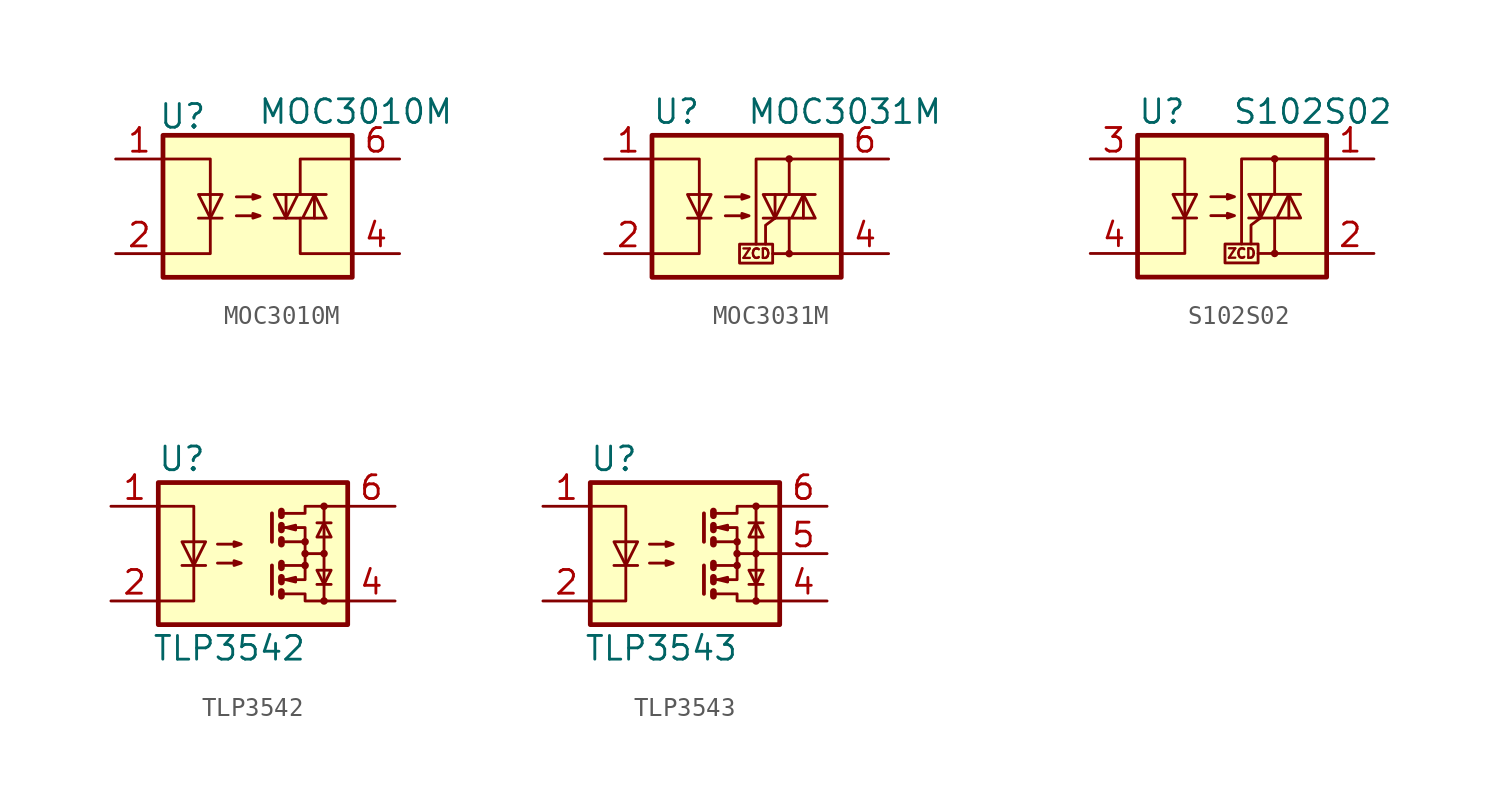
<source format=kicad_sym>
(kicad_symbol_lib
  (version 20200908)
  (generator kicad_symbol_editor)
  (symbol "Relay_SolidState:MOC3010M"
    (property "Reference" "U"
      (at -5.334 4.826 0)
      (effects (font (size 1.27 1.27)) (justify left)))
    (property "Value" "MOC3010M"
      (at 0 5.08 0)
      (effects (font (size 1.27 1.27)) (justify left)))
    (symbol "MOC3010M_0_1"
      (rectangle (start -5.08 3.81) (end 5.08 -3.81) (stroke (width 0.254)) (fill (type background)))
      (polyline (pts (xy -3.175 -0.635) (xy -1.905 -0.635)) (stroke (width 0)) (fill (type none)))
      (polyline (pts (xy 1.524 -0.635) (xy 1.524 0.635)) (stroke (width 0)) (fill (type none)))
      (polyline (pts (xy 3.048 0.635) (xy 3.048 -0.635)) (stroke (width 0)) (fill (type none)))
      (polyline (pts (xy 2.286 -0.635) (xy 2.286 -2.54) (xy 5.08 -2.54)) (stroke (width 0)) (fill (type none)))
      (polyline (pts (xy 2.286 0.635) (xy 2.286 2.54) (xy 5.08 2.54)) (stroke (width 0)) (fill (type none)))
      (polyline (pts (xy -5.08 2.54) (xy -2.54 2.54) (xy -2.54 -2.54) (xy -5.08 -2.54)) (stroke (width 0)) (fill (type none)))
      (polyline (pts (xy -2.54 -0.635) (xy -3.175 0.635) (xy -1.905 0.635) (xy -2.54 -0.635)) (stroke (width 0)) (fill (type none)))
      (polyline (pts (xy 0.889 -0.635) (xy 3.683 -0.635) (xy 3.048 0.635) (xy 2.413 -0.635)) (stroke (width 0)) (fill (type none)))
      (polyline (pts (xy 3.683 0.635) (xy 0.889 0.635) (xy 1.524 -0.635) (xy 2.159 0.635)) (stroke (width 0)) (fill (type none)))
      (polyline (pts (xy -1.143 -0.508) (xy 0.127 -0.508) (xy -0.254 -0.635) (xy -0.254 -0.381) (xy 0.127 -0.508)) (stroke (width 0)) (fill (type none)))
      (polyline (pts (xy -1.143 0.508) (xy 0.127 0.508) (xy -0.254 0.381) (xy -0.254 0.635) (xy 0.127 0.508)) (stroke (width 0)) (fill (type none))))
    (symbol "MOC3010M_1_1"
      (pin passive line (at -7.62 2.54 0) (length 2.54) (name "~" (effects (font (size 1.27 1.27)))) (number "1" (effects (font (size 1.27 1.27)))))
      (pin passive line (at -7.62 -2.54 0) (length 2.54) (name "~" (effects (font (size 1.27 1.27)))) (number "2" (effects (font (size 1.27 1.27)))))
      (pin unconnected line (at -5.08 0 0) (length 2.54) hide (name "NC" (effects (font (size 1.27 1.27)))) (number "3" (effects (font (size 1.27 1.27)))))
      (pin passive line (at 7.62 -2.54 180) (length 2.54) (name "~" (effects (font (size 1.27 1.27)))) (number "4" (effects (font (size 1.27 1.27)))))
      (pin unconnected line (at 5.08 0 180) (length 2.54) hide (name "NC" (effects (font (size 1.27 1.27)))) (number "5" (effects (font (size 1.27 1.27)))))
      (pin passive line (at 7.62 2.54 180) (length 2.54) (name "~" (effects (font (size 1.27 1.27)))) (number "6" (effects (font (size 1.27 1.27)))))))
  (symbol "Relay_SolidState:MOC3031M"
    (property "Reference" "U"
      (at -5.08 5.08 0)
      (effects (font (size 1.27 1.27)) (justify left)))
    (property "Value" "MOC3031M"
      (at 0 5.08 0)
      (effects (font (size 1.27 1.27)) (justify left)))
    (symbol "MOC3031M_0_1"
      (circle (center 2.286 -2.54) (radius 0.127) (stroke (width 0)) (fill (type none)))
      (circle (center 2.286 2.54) (radius 0.127) (stroke (width 0)) (fill (type none)))
      (rectangle (start -5.08 3.81) (end 5.08 -3.81) (stroke (width 0.254)) (fill (type background)))
      (polyline (pts (xy -3.175 -0.635) (xy -1.905 -0.635)) (stroke (width 0)) (fill (type none)))
      (polyline (pts (xy 1.524 -0.635) (xy 1.524 0.635)) (stroke (width 0)) (fill (type none)))
      (polyline (pts (xy 3.048 0.635) (xy 3.048 -0.635)) (stroke (width 0)) (fill (type none)))
      (polyline (pts (xy 2.286 -0.635) (xy 2.286 -2.54) (xy 5.08 -2.54)) (stroke (width 0)) (fill (type none)))
      (polyline (pts (xy 2.286 0.635) (xy 2.286 2.54) (xy 5.08 2.54)) (stroke (width 0)) (fill (type none)))
      (polyline (pts (xy 2.286 2.54) (xy 0.508 2.54) (xy 0.508 -2.032)) (stroke (width 0)) (fill (type none)))
      (polyline (pts (xy -5.08 2.54) (xy -2.54 2.54) (xy -2.54 -2.54) (xy -5.08 -2.54)) (stroke (width 0)) (fill (type none)))
      (polyline (pts (xy -2.54 -0.635) (xy -3.175 0.635) (xy -1.905 0.635) (xy -2.54 -0.635)) (stroke (width 0)) (fill (type none)))
      (polyline (pts (xy 0.889 -0.635) (xy 3.683 -0.635) (xy 3.048 0.635) (xy 2.413 -0.635)) (stroke (width 0)) (fill (type none)))
      (polyline (pts (xy 3.683 0.635) (xy 0.889 0.635) (xy 1.524 -0.635) (xy 2.159 0.635)) (stroke (width 0)) (fill (type none)))
      (polyline (pts (xy -1.143 -0.508) (xy 0.127 -0.508) (xy -0.254 -0.635) (xy -0.254 -0.381) (xy 0.127 -0.508)) (stroke (width 0)) (fill (type none)))
      (polyline (pts (xy -1.143 0.508) (xy 0.127 0.508) (xy -0.254 0.381) (xy -0.254 0.635) (xy 0.127 0.508)) (stroke (width 0)) (fill (type none))))
    (symbol "MOC3031M_0_0"
      (text "ZCD" (at 0.508 -2.54 0) (effects (font (size 0.508 0.508))))
      (rectangle (start -0.381 -2.032) (end 1.397 -3.048) (stroke (width 0)) (fill (type none)))
      (polyline (pts (xy 2.286 -2.54) (xy 1.397 -2.54)) (stroke (width 0)) (fill (type none)))
      (polyline (pts (xy 1.524 -0.635) (xy 1.016 -1.016) (xy 1.016 -2.032)) (stroke (width 0)) (fill (type none))))
    (symbol "MOC3031M_1_1"
      (pin passive line (at -7.62 2.54 0) (length 2.54) (name "~" (effects (font (size 1.27 1.27)))) (number "1" (effects (font (size 1.27 1.27)))))
      (pin passive line (at -7.62 -2.54 0) (length 2.54) (name "~" (effects (font (size 1.27 1.27)))) (number "2" (effects (font (size 1.27 1.27)))))
      (pin unconnected line (at -5.08 0 0) (length 2.54) hide (name "NC" (effects (font (size 1.27 1.27)))) (number "3" (effects (font (size 1.27 1.27)))))
      (pin passive line (at 7.62 -2.54 180) (length 2.54) (name "~" (effects (font (size 1.27 1.27)))) (number "4" (effects (font (size 1.27 1.27)))))
      (pin unconnected line (at 5.08 0 180) (length 2.54) hide (name "NC" (effects (font (size 1.27 1.27)))) (number "5" (effects (font (size 1.27 1.27)))))
      (pin passive line (at 7.62 2.54 180) (length 2.54) (name "~" (effects (font (size 1.27 1.27)))) (number "6" (effects (font (size 1.27 1.27)))))))
  (symbol "Relay_SolidState:S102S02"
    (property "Reference" "U"
      (at -5.08 5.08 0)
      (effects (font (size 1.27 1.27)) (justify left)))
    (property "Value" "S102S02"
      (at 0 5.08 0)
      (effects (font (size 1.27 1.27)) (justify left)))
    (symbol "S102S02_0_1"
      (circle (center 2.286 -2.54) (radius 0.127) (stroke (width 0)) (fill (type none)))
      (circle (center 2.286 2.54) (radius 0.127) (stroke (width 0)) (fill (type none)))
      (rectangle (start -5.08 3.81) (end 5.08 -3.81) (stroke (width 0.254)) (fill (type background)))
      (polyline (pts (xy -3.175 -0.635) (xy -1.905 -0.635)) (stroke (width 0)) (fill (type none)))
      (polyline (pts (xy 1.524 -0.635) (xy 1.524 0.635)) (stroke (width 0)) (fill (type none)))
      (polyline (pts (xy 3.048 0.635) (xy 3.048 -0.635)) (stroke (width 0)) (fill (type none)))
      (polyline (pts (xy 2.286 -0.635) (xy 2.286 -2.54) (xy 5.08 -2.54)) (stroke (width 0)) (fill (type none)))
      (polyline (pts (xy 2.286 0.635) (xy 2.286 2.54) (xy 5.08 2.54)) (stroke (width 0)) (fill (type none)))
      (polyline (pts (xy 2.286 2.54) (xy 0.508 2.54) (xy 0.508 -2.032)) (stroke (width 0)) (fill (type none)))
      (polyline (pts (xy -5.08 2.54) (xy -2.54 2.54) (xy -2.54 -2.54) (xy -5.08 -2.54)) (stroke (width 0)) (fill (type none)))
      (polyline (pts (xy -2.54 -0.635) (xy -3.175 0.635) (xy -1.905 0.635) (xy -2.54 -0.635)) (stroke (width 0)) (fill (type none)))
      (polyline (pts (xy 0.889 -0.635) (xy 3.683 -0.635) (xy 3.048 0.635) (xy 2.413 -0.635)) (stroke (width 0)) (fill (type none)))
      (polyline (pts (xy 3.683 0.635) (xy 0.889 0.635) (xy 1.524 -0.635) (xy 2.159 0.635)) (stroke (width 0)) (fill (type none)))
      (polyline (pts (xy -1.143 -0.508) (xy 0.127 -0.508) (xy -0.254 -0.635) (xy -0.254 -0.381) (xy 0.127 -0.508)) (stroke (width 0)) (fill (type none)))
      (polyline (pts (xy -1.143 0.508) (xy 0.127 0.508) (xy -0.254 0.381) (xy -0.254 0.635) (xy 0.127 0.508)) (stroke (width 0)) (fill (type none))))
    (symbol "S102S02_0_0"
      (text "ZCD" (at 0.508 -2.54 0) (effects (font (size 0.508 0.508))))
      (rectangle (start -0.381 -2.032) (end 1.397 -3.048) (stroke (width 0)) (fill (type none)))
      (polyline (pts (xy 2.286 -2.54) (xy 1.397 -2.54)) (stroke (width 0)) (fill (type none)))
      (polyline (pts (xy 1.524 -0.635) (xy 1.016 -1.016) (xy 1.016 -2.032)) (stroke (width 0)) (fill (type none))))
    (symbol "S102S02_1_1"
      (pin passive line (at 7.62 2.54 180) (length 2.54) (name "~" (effects (font (size 1.27 1.27)))) (number "1" (effects (font (size 1.27 1.27)))))
      (pin passive line (at 7.62 -2.54 180) (length 2.54) (name "~" (effects (font (size 1.27 1.27)))) (number "2" (effects (font (size 1.27 1.27)))))
      (pin passive line (at -7.62 2.54 0) (length 2.54) (name "~" (effects (font (size 1.27 1.27)))) (number "3" (effects (font (size 1.27 1.27)))))
      (pin passive line (at -7.62 -2.54 0) (length 2.54) (name "~" (effects (font (size 1.27 1.27)))) (number "4" (effects (font (size 1.27 1.27)))))))
  (symbol "Relay_SolidState:TLP3542"
    (property "Reference" "U"
      (at -3.81 5.08 0)
      (effects (font (size 1.27 1.27))))
    (property "Value" "TLP3542"
      (at -1.27 -5.08 0)
      (effects (font (size 1.27 1.27))))
    (symbol "TLP3542_0_1"
      (circle (center 2.794 -0.635) (radius 0.127) (stroke (width 0)) (fill (type none)))
      (circle (center 2.794 0) (radius 0.127) (stroke (width 0)) (fill (type none)))
      (circle (center 2.794 0.635) (radius 0.127) (stroke (width 0)) (fill (type none)))
      (circle (center 3.81 -2.54) (radius 0.127) (stroke (width 0)) (fill (type none)))
      (circle (center 3.81 0) (radius 0.127) (stroke (width 0)) (fill (type none)))
      (circle (center 3.81 2.54) (radius 0.127) (stroke (width 0)) (fill (type none)))
      (rectangle (start -5.08 3.81) (end 5.08 -3.81) (stroke (width 0.254)) (fill (type background)))
      (polyline (pts (xy -3.81 -0.635) (xy -2.54 -0.635)) (stroke (width 0)) (fill (type none)))
      (polyline (pts (xy 1.016 -0.635) (xy 1.016 -2.159)) (stroke (width 0.203)) (fill (type none)))
      (polyline (pts (xy 1.016 2.159) (xy 1.016 0.635)) (stroke (width 0.203)) (fill (type none)))
      (polyline (pts (xy 1.524 -0.508) (xy 1.524 -0.762)) (stroke (width 0.356)) (fill (type none)))
      (polyline (pts (xy 2.794 0) (xy 3.81 0)) (stroke (width 0)) (fill (type none)))
      (polyline (pts (xy 3.429 -1.651) (xy 4.191 -1.651)) (stroke (width 0)) (fill (type none)))
      (polyline (pts (xy 3.429 1.651) (xy 4.191 1.651)) (stroke (width 0)) (fill (type none)))
      (polyline (pts (xy 3.81 -2.54) (xy 3.81 2.54)) (stroke (width 0)) (fill (type none)))
      (polyline (pts (xy 1.524 -2.032) (xy 1.524 -2.286) (xy 1.524 -2.286)) (stroke (width 0.356)) (fill (type none)))
      (polyline (pts (xy 1.524 -1.27) (xy 1.524 -1.524) (xy 1.524 -1.524)) (stroke (width 0.356)) (fill (type none)))
      (polyline (pts (xy 1.524 0.762) (xy 1.524 0.508) (xy 1.524 0.508)) (stroke (width 0.356)) (fill (type none)))
      (polyline (pts (xy 1.524 1.524) (xy 1.524 1.27) (xy 1.524 1.27)) (stroke (width 0.356)) (fill (type none)))
      (polyline (pts (xy 1.524 2.286) (xy 1.524 2.032) (xy 1.524 2.032)) (stroke (width 0.356)) (fill (type none)))
      (polyline (pts (xy 1.651 -1.397) (xy 2.794 -1.397) (xy 2.794 -0.635)) (stroke (width 0)) (fill (type none)))
      (polyline (pts (xy 1.651 1.397) (xy 2.794 1.397) (xy 2.794 0.635)) (stroke (width 0)) (fill (type none)))
      (polyline (pts (xy -5.08 2.54) (xy -3.175 2.54) (xy -3.175 -2.54) (xy -5.08 -2.54)) (stroke (width 0)) (fill (type none)))
      (polyline (pts (xy -3.175 -0.635) (xy -3.81 0.635) (xy -2.54 0.635) (xy -3.175 -0.635)) (stroke (width 0)) (fill (type none)))
      (polyline (pts (xy 1.651 -2.159) (xy 2.794 -2.159) (xy 2.794 -2.54) (xy 5.08 -2.54)) (stroke (width 0)) (fill (type none)))
      (polyline (pts (xy 1.651 -0.635) (xy 2.794 -0.635) (xy 2.794 0.635) (xy 1.651 0.635)) (stroke (width 0)) (fill (type none)))
      (polyline (pts (xy 1.651 2.159) (xy 2.794 2.159) (xy 2.794 2.54) (xy 5.08 2.54)) (stroke (width 0)) (fill (type none)))
      (polyline (pts (xy 1.778 -1.397) (xy 2.286 -1.27) (xy 2.286 -1.524) (xy 1.778 -1.397)) (stroke (width 0)) (fill (type none)))
      (polyline (pts (xy 1.778 1.397) (xy 2.286 1.524) (xy 2.286 1.27) (xy 1.778 1.397)) (stroke (width 0)) (fill (type none)))
      (polyline (pts (xy 3.81 -1.651) (xy 3.429 -0.889) (xy 4.191 -0.889) (xy 3.81 -1.651)) (stroke (width 0)) (fill (type none)))
      (polyline (pts (xy 3.81 1.651) (xy 3.429 0.889) (xy 4.191 0.889) (xy 3.81 1.651)) (stroke (width 0)) (fill (type none)))
      (polyline (pts (xy -1.905 -0.508) (xy -0.635 -0.508) (xy -1.016 -0.635) (xy -1.016 -0.381) (xy -0.635 -0.508)) (stroke (width 0)) (fill (type none)))
      (polyline (pts (xy -1.905 0.508) (xy -0.635 0.508) (xy -1.016 0.381) (xy -1.016 0.635) (xy -0.635 0.508)) (stroke (width 0)) (fill (type none))))
    (symbol "TLP3542_1_1"
      (pin passive line (at -7.62 2.54 0) (length 2.54) (name "~" (effects (font (size 1.27 1.27)))) (number "1" (effects (font (size 1.27 1.27)))))
      (pin passive line (at -7.62 -2.54 0) (length 2.54) (name "~" (effects (font (size 1.27 1.27)))) (number "2" (effects (font (size 1.27 1.27)))))
      (pin unconnected line (at -5.08 0 0) (length 2.54) hide (name "~" (effects (font (size 1.27 1.27)))) (number "3" (effects (font (size 1.27 1.27)))))
      (pin passive line (at 7.62 -2.54 180) (length 2.54) (name "~" (effects (font (size 1.27 1.27)))) (number "4" (effects (font (size 1.27 1.27)))))
      (pin passive line (at 7.62 2.54 180) (length 2.54) (name "~" (effects (font (size 1.27 1.27)))) (number "6" (effects (font (size 1.27 1.27)))))))
  (symbol "Relay_SolidState:TLP3543"
    (property "Reference" "U"
      (at -3.81 5.08 0)
      (effects (font (size 1.27 1.27))))
    (property "Value" "TLP3543"
      (at -1.27 -5.08 0)
      (effects (font (size 1.27 1.27))))
    (symbol "TLP3543_0_1"
      (circle (center 2.794 -0.635) (radius 0.127) (stroke (width 0)) (fill (type none)))
      (circle (center 2.794 0) (radius 0.127) (stroke (width 0)) (fill (type none)))
      (circle (center 2.794 0.635) (radius 0.127) (stroke (width 0)) (fill (type none)))
      (circle (center 3.81 -2.54) (radius 0.127) (stroke (width 0)) (fill (type none)))
      (circle (center 3.81 0) (radius 0.127) (stroke (width 0)) (fill (type none)))
      (circle (center 3.81 2.54) (radius 0.127) (stroke (width 0)) (fill (type none)))
      (rectangle (start -5.08 3.81) (end 5.08 -3.81) (stroke (width 0.254)) (fill (type background)))
      (polyline (pts (xy -3.81 -0.635) (xy -2.54 -0.635)) (stroke (width 0)) (fill (type none)))
      (polyline (pts (xy 1.016 -0.635) (xy 1.016 -2.159)) (stroke (width 0.203)) (fill (type none)))
      (polyline (pts (xy 1.016 2.159) (xy 1.016 0.635)) (stroke (width 0.203)) (fill (type none)))
      (polyline (pts (xy 1.524 -0.508) (xy 1.524 -0.762)) (stroke (width 0.356)) (fill (type none)))
      (polyline (pts (xy 2.794 0) (xy 5.08 0)) (stroke (width 0)) (fill (type none)))
      (polyline (pts (xy 3.429 -1.651) (xy 4.191 -1.651)) (stroke (width 0)) (fill (type none)))
      (polyline (pts (xy 3.429 1.651) (xy 4.191 1.651)) (stroke (width 0)) (fill (type none)))
      (polyline (pts (xy 3.81 -2.54) (xy 3.81 2.54)) (stroke (width 0)) (fill (type none)))
      (polyline (pts (xy 1.524 -2.032) (xy 1.524 -2.286) (xy 1.524 -2.286)) (stroke (width 0.356)) (fill (type none)))
      (polyline (pts (xy 1.524 -1.27) (xy 1.524 -1.524) (xy 1.524 -1.524)) (stroke (width 0.356)) (fill (type none)))
      (polyline (pts (xy 1.524 0.762) (xy 1.524 0.508) (xy 1.524 0.508)) (stroke (width 0.356)) (fill (type none)))
      (polyline (pts (xy 1.524 1.524) (xy 1.524 1.27) (xy 1.524 1.27)) (stroke (width 0.356)) (fill (type none)))
      (polyline (pts (xy 1.524 2.286) (xy 1.524 2.032) (xy 1.524 2.032)) (stroke (width 0.356)) (fill (type none)))
      (polyline (pts (xy 1.651 -1.397) (xy 2.794 -1.397) (xy 2.794 -0.635)) (stroke (width 0)) (fill (type none)))
      (polyline (pts (xy 1.651 1.397) (xy 2.794 1.397) (xy 2.794 0.635)) (stroke (width 0)) (fill (type none)))
      (polyline (pts (xy -5.08 2.54) (xy -3.175 2.54) (xy -3.175 -2.54) (xy -5.08 -2.54)) (stroke (width 0)) (fill (type none)))
      (polyline (pts (xy -3.175 -0.635) (xy -3.81 0.635) (xy -2.54 0.635) (xy -3.175 -0.635)) (stroke (width 0)) (fill (type none)))
      (polyline (pts (xy 1.651 -2.159) (xy 2.794 -2.159) (xy 2.794 -2.54) (xy 5.08 -2.54)) (stroke (width 0)) (fill (type none)))
      (polyline (pts (xy 1.651 -0.635) (xy 2.794 -0.635) (xy 2.794 0.635) (xy 1.651 0.635)) (stroke (width 0)) (fill (type none)))
      (polyline (pts (xy 1.651 2.159) (xy 2.794 2.159) (xy 2.794 2.54) (xy 5.08 2.54)) (stroke (width 0)) (fill (type none)))
      (polyline (pts (xy 1.778 -1.397) (xy 2.286 -1.27) (xy 2.286 -1.524) (xy 1.778 -1.397)) (stroke (width 0)) (fill (type none)))
      (polyline (pts (xy 1.778 1.397) (xy 2.286 1.524) (xy 2.286 1.27) (xy 1.778 1.397)) (stroke (width 0)) (fill (type none)))
      (polyline (pts (xy 3.81 -1.651) (xy 3.429 -0.889) (xy 4.191 -0.889) (xy 3.81 -1.651)) (stroke (width 0)) (fill (type none)))
      (polyline (pts (xy 3.81 1.651) (xy 3.429 0.889) (xy 4.191 0.889) (xy 3.81 1.651)) (stroke (width 0)) (fill (type none)))
      (polyline (pts (xy -1.905 -0.508) (xy -0.635 -0.508) (xy -1.016 -0.635) (xy -1.016 -0.381) (xy -0.635 -0.508)) (stroke (width 0)) (fill (type none)))
      (polyline (pts (xy -1.905 0.508) (xy -0.635 0.508) (xy -1.016 0.381) (xy -1.016 0.635) (xy -0.635 0.508)) (stroke (width 0)) (fill (type none))))
    (symbol "TLP3543_1_1"
      (pin passive line (at -7.62 2.54 0) (length 2.54) (name "~" (effects (font (size 1.27 1.27)))) (number "1" (effects (font (size 1.27 1.27)))))
      (pin passive line (at -7.62 -2.54 0) (length 2.54) (name "~" (effects (font (size 1.27 1.27)))) (number "2" (effects (font (size 1.27 1.27)))))
      (pin unconnected line (at -5.08 0 0) (length 2.54) hide (name "~" (effects (font (size 1.27 1.27)))) (number "3" (effects (font (size 1.27 1.27)))))
      (pin passive line (at 7.62 -2.54 180) (length 2.54) (name "~" (effects (font (size 1.27 1.27)))) (number "4" (effects (font (size 1.27 1.27)))))
      (pin passive line (at 7.62 0 180) (length 2.54) (name "~" (effects (font (size 1.27 1.27)))) (number "5" (effects (font (size 1.27 1.27)))))
      (pin passive line (at 7.62 2.54 180) (length 2.54) (name "~" (effects (font (size 1.27 1.27)))) (number "6" (effects (font (size 1.27 1.27))))))))
</source>
